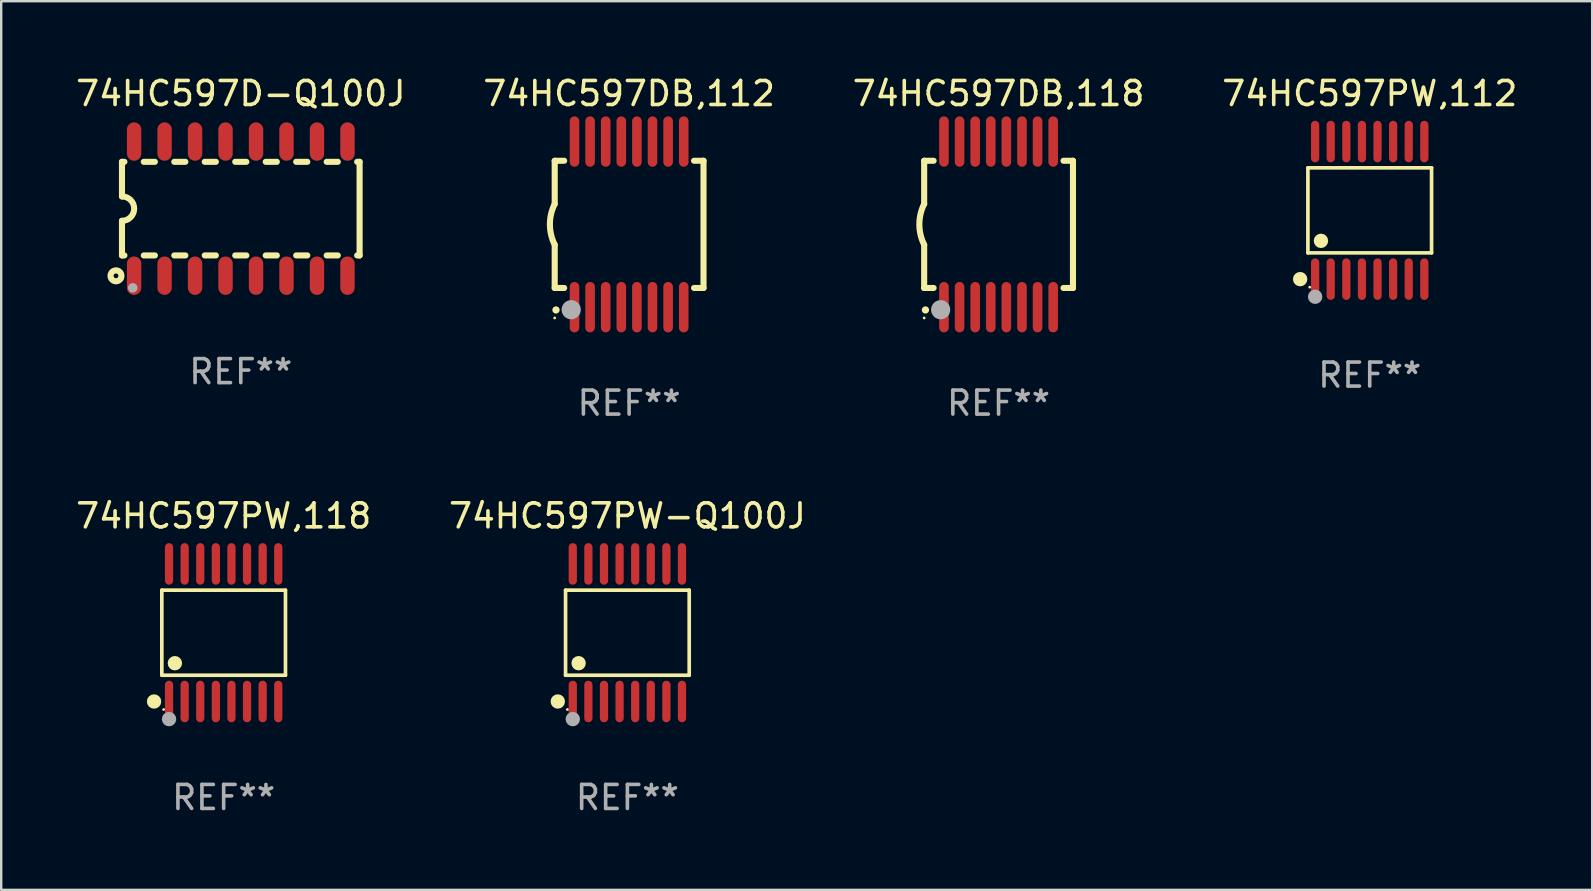
<source format=kicad_pcb>
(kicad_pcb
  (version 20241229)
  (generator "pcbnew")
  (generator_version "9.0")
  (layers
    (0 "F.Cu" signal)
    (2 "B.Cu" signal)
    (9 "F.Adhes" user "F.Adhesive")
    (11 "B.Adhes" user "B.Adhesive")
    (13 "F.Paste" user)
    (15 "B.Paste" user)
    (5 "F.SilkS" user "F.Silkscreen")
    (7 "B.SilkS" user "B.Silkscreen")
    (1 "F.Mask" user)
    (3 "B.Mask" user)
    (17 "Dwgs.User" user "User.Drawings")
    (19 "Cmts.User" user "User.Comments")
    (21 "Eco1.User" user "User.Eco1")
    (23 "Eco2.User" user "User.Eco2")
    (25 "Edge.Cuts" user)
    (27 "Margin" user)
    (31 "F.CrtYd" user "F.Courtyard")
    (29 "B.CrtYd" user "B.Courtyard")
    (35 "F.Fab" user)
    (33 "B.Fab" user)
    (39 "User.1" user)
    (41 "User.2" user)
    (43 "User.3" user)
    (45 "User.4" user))
  (footprint "74HC597PW,112"
    (layer "F.Cu")
    (at 54.018 5.714)
    (property "Reference" "74HC597PW,112" (at 0 -4.866 0) (layer "F.SilkS") (effects (font (size 1 1) (thickness 0.15))))
    (attr through_hole)
    (fp_line (start -2.576 -1.772) (end 2.576 -1.772) (stroke (width 0.152) (type solid)) (layer "F.SilkS"))
    (fp_line (start -2.576 1.771) (end -2.576 -1.772) (stroke (width 0.152) (type solid)) (layer "F.SilkS"))
    (fp_line (start 2.576 -1.772) (end 2.576 1.771) (stroke (width 0.152) (type solid)) (layer "F.SilkS"))
    (fp_line (start 2.576 1.771) (end -2.576 1.771) (stroke (width 0.152) (type solid)) (layer "F.SilkS"))
    (fp_circle (center -2.899 2.866) (end -2.749 2.866) (stroke (width 0.3) (type solid)) (fill no) (layer "F.SilkS"))
    (fp_circle (center -2.5 3.2) (end -2.47 3.2) (stroke (width 0.06) (type solid)) (fill no) (layer "F.SilkS"))
    (fp_circle (center -2.032 1.27) (end -1.882 1.27) (stroke (width 0.3) (type solid)) (fill no) (layer "F.SilkS"))
    (fp_circle (center -2.275 3.6) (end -2.125 3.6) (stroke (width 0.3) (type solid)) (fill no) (layer "F.Fab"))
    (fp_text user "REF**" (at 0 6.866 0) (layer "F.Fab") (effects (font (size 1 1) (thickness 0.15))))
    (pad "1" smd oval (at -2.275 2.866) (size 0.343 1.731) (layers "F.Cu" "F.Mask" "F.Paste"))
    (pad "2" smd oval (at -1.625 2.866) (size 0.343 1.731) (layers "F.Cu" "F.Mask" "F.Paste"))
    (pad "3" smd oval (at -0.975 2.866) (size 0.343 1.731) (layers "F.Cu" "F.Mask" "F.Paste"))
    (pad "4" smd oval (at -0.325 2.866) (size 0.343 1.731) (layers "F.Cu" "F.Mask" "F.Paste"))
    (pad "5" smd oval (at 0.325 2.866) (size 0.343 1.731) (layers "F.Cu" "F.Mask" "F.Paste"))
    (pad "6" smd oval (at 0.975 2.866) (size 0.343 1.731) (layers "F.Cu" "F.Mask" "F.Paste"))
    (pad "7" smd oval (at 1.625 2.866) (size 0.343 1.731) (layers "F.Cu" "F.Mask" "F.Paste"))
    (pad "8" smd oval (at 2.275 2.866) (size 0.343 1.731) (layers "F.Cu" "F.Mask" "F.Paste"))
    (pad "9" smd oval (at 2.275 -2.866) (size 0.343 1.731) (layers "F.Cu" "F.Mask" "F.Paste"))
    (pad "10" smd oval (at 1.625 -2.866) (size 0.343 1.731) (layers "F.Cu" "F.Mask" "F.Paste"))
    (pad "11" smd oval (at 0.975 -2.866) (size 0.343 1.731) (layers "F.Cu" "F.Mask" "F.Paste"))
    (pad "12" smd oval (at 0.325 -2.866) (size 0.343 1.731) (layers "F.Cu" "F.Mask" "F.Paste"))
    (pad "13" smd oval (at -0.325 -2.866) (size 0.343 1.731) (layers "F.Cu" "F.Mask" "F.Paste"))
    (pad "14" smd oval (at -0.975 -2.866) (size 0.343 1.731) (layers "F.Cu" "F.Mask" "F.Paste"))
    (pad "15" smd oval (at -1.625 -2.866) (size 0.343 1.731) (layers "F.Cu" "F.Mask" "F.Paste"))
    (pad "16" smd oval (at -2.275 -2.866) (size 0.343 1.731) (layers "F.Cu" "F.Mask" "F.Paste")))
  (footprint "74HC597PW-Q100J"
    (layer "F.Cu")
    (at 23.089 23.311)
    (property "Reference" "74HC597PW-Q100J" (at 0 -4.866 0) (layer "F.SilkS") (effects (font (size 1 1) (thickness 0.15))))
    (attr through_hole)
    (fp_line (start -2.576 -1.772) (end 2.576 -1.772) (stroke (width 0.152) (type solid)) (layer "F.SilkS"))
    (fp_line (start -2.576 1.771) (end -2.576 -1.772) (stroke (width 0.152) (type solid)) (layer "F.SilkS"))
    (fp_line (start 2.576 -1.772) (end 2.576 1.771) (stroke (width 0.152) (type solid)) (layer "F.SilkS"))
    (fp_line (start 2.576 1.771) (end -2.576 1.771) (stroke (width 0.152) (type solid)) (layer "F.SilkS"))
    (fp_circle (center -2.899 2.866) (end -2.749 2.866) (stroke (width 0.3) (type solid)) (fill no) (layer "F.SilkS"))
    (fp_circle (center -2.5 3.2) (end -2.47 3.2) (stroke (width 0.06) (type solid)) (fill no) (layer "F.SilkS"))
    (fp_circle (center -2.032 1.27) (end -1.882 1.27) (stroke (width 0.3) (type solid)) (fill no) (layer "F.SilkS"))
    (fp_circle (center -2.275 3.6) (end -2.125 3.6) (stroke (width 0.3) (type solid)) (fill no) (layer "F.Fab"))
    (fp_text user "REF**" (at 0 6.866 0) (layer "F.Fab") (effects (font (size 1 1) (thickness 0.15))))
    (pad "1" smd oval (at -2.275 2.866) (size 0.343 1.731) (layers "F.Cu" "F.Mask" "F.Paste"))
    (pad "2" smd oval (at -1.625 2.866) (size 0.343 1.731) (layers "F.Cu" "F.Mask" "F.Paste"))
    (pad "3" smd oval (at -0.975 2.866) (size 0.343 1.731) (layers "F.Cu" "F.Mask" "F.Paste"))
    (pad "4" smd oval (at -0.325 2.866) (size 0.343 1.731) (layers "F.Cu" "F.Mask" "F.Paste"))
    (pad "5" smd oval (at 0.325 2.866) (size 0.343 1.731) (layers "F.Cu" "F.Mask" "F.Paste"))
    (pad "6" smd oval (at 0.975 2.866) (size 0.343 1.731) (layers "F.Cu" "F.Mask" "F.Paste"))
    (pad "7" smd oval (at 1.625 2.866) (size 0.343 1.731) (layers "F.Cu" "F.Mask" "F.Paste"))
    (pad "8" smd oval (at 2.275 2.866) (size 0.343 1.731) (layers "F.Cu" "F.Mask" "F.Paste"))
    (pad "9" smd oval (at 2.275 -2.866) (size 0.343 1.731) (layers "F.Cu" "F.Mask" "F.Paste"))
    (pad "10" smd oval (at 1.625 -2.866) (size 0.343 1.731) (layers "F.Cu" "F.Mask" "F.Paste"))
    (pad "11" smd oval (at 0.975 -2.866) (size 0.343 1.731) (layers "F.Cu" "F.Mask" "F.Paste"))
    (pad "12" smd oval (at 0.325 -2.866) (size 0.343 1.731) (layers "F.Cu" "F.Mask" "F.Paste"))
    (pad "13" smd oval (at -0.325 -2.866) (size 0.343 1.731) (layers "F.Cu" "F.Mask" "F.Paste"))
    (pad "14" smd oval (at -0.975 -2.866) (size 0.343 1.731) (layers "F.Cu" "F.Mask" "F.Paste"))
    (pad "15" smd oval (at -1.625 -2.866) (size 0.343 1.731) (layers "F.Cu" "F.Mask" "F.Paste"))
    (pad "16" smd oval (at -2.275 -2.866) (size 0.343 1.731) (layers "F.Cu" "F.Mask" "F.Paste")))
  (footprint "74HC597DB,118"
    (layer "F.Cu")
    (at 38.554 6.298)
    (property "Reference" "74HC597DB,118" (at 0 -5.45 0) (layer "F.SilkS") (effects (font (size 1 1) (thickness 0.15))))
    (attr through_hole)
    (fp_line (start -3.1 -2.65) (end -3.1 -0.85) (stroke (width 0.254) (type solid)) (layer "F.SilkS"))
    (fp_line (start -3.1 -2.65) (end -2.706 -2.65) (stroke (width 0.254) (type solid)) (layer "F.SilkS"))
    (fp_line (start -3.1 2.65) (end -3.1 0.85) (stroke (width 0.254) (type solid)) (layer "F.SilkS"))
    (fp_line (start -3.1 2.65) (end -2.706 2.65) (stroke (width 0.254) (type solid)) (layer "F.SilkS"))
    (fp_line (start 2.706 -2.65) (end 3.1 -2.65) (stroke (width 0.254) (type solid)) (layer "F.SilkS"))
    (fp_line (start 2.706 2.65) (end 3.1 2.65) (stroke (width 0.254) (type solid)) (layer "F.SilkS"))
    (fp_line (start 3.1 -2.65) (end 3.1 2.65) (stroke (width 0.254) (type solid)) (layer "F.SilkS"))
    (fp_arc (start -3.098907 0.850902) (mid -3.300057 0.000523) (end -3.1 -0.850114) (stroke (width 0.254001) (type solid)) (layer "F.SilkS"))
    (fp_arc (start -3.048006 3.566066) (mid -3.046736 3.566061) (end -3.045466 3.566066) (stroke (width 0.3) (type solid)) (layer "F.SilkS"))
    (fp_circle (center -3.1 3.9) (end -3.07 3.9) (stroke (width 0.06) (type solid)) (fill no) (layer "F.SilkS"))
    (fp_circle (center -2.413 3.556) (end -2.213 3.556) (stroke (width 0.4) (type solid)) (fill no) (layer "F.Fab"))
    (fp_text user "REF**" (at 0 7.45 0) (layer "F.Fab") (effects (font (size 1 1) (thickness 0.15))))
    (pad "1" smd oval (at -2.275 3.45 180) (size 0.4 2.1) (layers "F.Cu" "F.Mask" "F.Paste"))
    (pad "2" smd oval (at -1.625 3.45 180) (size 0.4 2.1) (layers "F.Cu" "F.Mask" "F.Paste"))
    (pad "3" smd oval (at -0.975 3.45 180) (size 0.4 2.1) (layers "F.Cu" "F.Mask" "F.Paste"))
    (pad "4" smd oval (at -0.325 3.45 180) (size 0.4 2.1) (layers "F.Cu" "F.Mask" "F.Paste"))
    (pad "5" smd oval (at 0.325 3.45 180) (size 0.4 2.1) (layers "F.Cu" "F.Mask" "F.Paste"))
    (pad "6" smd oval (at 0.975 3.45 180) (size 0.4 2.1) (layers "F.Cu" "F.Mask" "F.Paste"))
    (pad "7" smd oval (at 1.625 3.45 180) (size 0.4 2.1) (layers "F.Cu" "F.Mask" "F.Paste"))
    (pad "8" smd oval (at 2.275 3.45 180) (size 0.4 2.1) (layers "F.Cu" "F.Mask" "F.Paste"))
    (pad "9" smd oval (at 2.275 -3.45 180) (size 0.4 2.1) (layers "F.Cu" "F.Mask" "F.Paste"))
    (pad "10" smd oval (at 1.625 -3.45 180) (size 0.4 2.1) (layers "F.Cu" "F.Mask" "F.Paste"))
    (pad "11" smd oval (at 0.975 -3.45 180) (size 0.4 2.1) (layers "F.Cu" "F.Mask" "F.Paste"))
    (pad "12" smd oval (at 0.325 -3.45 180) (size 0.4 2.1) (layers "F.Cu" "F.Mask" "F.Paste"))
    (pad "13" smd oval (at -0.325 -3.45 180) (size 0.4 2.1) (layers "F.Cu" "F.Mask" "F.Paste"))
    (pad "14" smd oval (at -0.975 -3.45 180) (size 0.4 2.1) (layers "F.Cu" "F.Mask" "F.Paste"))
    (pad "15" smd oval (at -1.625 -3.45 180) (size 0.4 2.1) (layers "F.Cu" "F.Mask" "F.Paste"))
    (pad "16" smd oval (at -2.275 -3.45 180) (size 0.4 2.1) (layers "F.Cu" "F.Mask" "F.Paste")))
  (footprint "74HC597PW,118"
    (layer "F.Cu")
    (at 6.268 23.311)
    (property "Reference" "74HC597PW,118" (at 0 -4.866 0) (layer "F.SilkS") (effects (font (size 1 1) (thickness 0.15))))
    (attr through_hole)
    (fp_line (start -2.576 -1.772) (end 2.576 -1.772) (stroke (width 0.152) (type solid)) (layer "F.SilkS"))
    (fp_line (start -2.576 1.771) (end -2.576 -1.772) (stroke (width 0.152) (type solid)) (layer "F.SilkS"))
    (fp_line (start 2.576 -1.772) (end 2.576 1.771) (stroke (width 0.152) (type solid)) (layer "F.SilkS"))
    (fp_line (start 2.576 1.771) (end -2.576 1.771) (stroke (width 0.152) (type solid)) (layer "F.SilkS"))
    (fp_circle (center -2.899 2.866) (end -2.749 2.866) (stroke (width 0.3) (type solid)) (fill no) (layer "F.SilkS"))
    (fp_circle (center -2.5 3.2) (end -2.47 3.2) (stroke (width 0.06) (type solid)) (fill no) (layer "F.SilkS"))
    (fp_circle (center -2.032 1.27) (end -1.882 1.27) (stroke (width 0.3) (type solid)) (fill no) (layer "F.SilkS"))
    (fp_circle (center -2.275 3.6) (end -2.125 3.6) (stroke (width 0.3) (type solid)) (fill no) (layer "F.Fab"))
    (fp_text user "REF**" (at 0 6.866 0) (layer "F.Fab") (effects (font (size 1 1) (thickness 0.15))))
    (pad "1" smd oval (at -2.275 2.866) (size 0.343 1.731) (layers "F.Cu" "F.Mask" "F.Paste"))
    (pad "2" smd oval (at -1.625 2.866) (size 0.343 1.731) (layers "F.Cu" "F.Mask" "F.Paste"))
    (pad "3" smd oval (at -0.975 2.866) (size 0.343 1.731) (layers "F.Cu" "F.Mask" "F.Paste"))
    (pad "4" smd oval (at -0.325 2.866) (size 0.343 1.731) (layers "F.Cu" "F.Mask" "F.Paste"))
    (pad "5" smd oval (at 0.325 2.866) (size 0.343 1.731) (layers "F.Cu" "F.Mask" "F.Paste"))
    (pad "6" smd oval (at 0.975 2.866) (size 0.343 1.731) (layers "F.Cu" "F.Mask" "F.Paste"))
    (pad "7" smd oval (at 1.625 2.866) (size 0.343 1.731) (layers "F.Cu" "F.Mask" "F.Paste"))
    (pad "8" smd oval (at 2.275 2.866) (size 0.343 1.731) (layers "F.Cu" "F.Mask" "F.Paste"))
    (pad "9" smd oval (at 2.275 -2.866) (size 0.343 1.731) (layers "F.Cu" "F.Mask" "F.Paste"))
    (pad "10" smd oval (at 1.625 -2.866) (size 0.343 1.731) (layers "F.Cu" "F.Mask" "F.Paste"))
    (pad "11" smd oval (at 0.975 -2.866) (size 0.343 1.731) (layers "F.Cu" "F.Mask" "F.Paste"))
    (pad "12" smd oval (at 0.325 -2.866) (size 0.343 1.731) (layers "F.Cu" "F.Mask" "F.Paste"))
    (pad "13" smd oval (at -0.325 -2.866) (size 0.343 1.731) (layers "F.Cu" "F.Mask" "F.Paste"))
    (pad "14" smd oval (at -0.975 -2.866) (size 0.343 1.731) (layers "F.Cu" "F.Mask" "F.Paste"))
    (pad "15" smd oval (at -1.625 -2.866) (size 0.343 1.731) (layers "F.Cu" "F.Mask" "F.Paste"))
    (pad "16" smd oval (at -2.275 -2.866) (size 0.343 1.731) (layers "F.Cu" "F.Mask" "F.Paste")))
  (footprint "74HC597D-Q100J"
    (layer "F.Cu")
    (at 6.982 5.642)
    (property "Reference" "74HC597D-Q100J" (at 0 -4.794 0) (layer "F.SilkS") (effects (font (size 1 1) (thickness 0.15))))
    (attr through_hole)
    (fp_line (start -4.95 -1.95) (end -4.95 -0.508) (stroke (width 0.254) (type solid)) (layer "F.SilkS"))
    (fp_line (start -4.95 -1.95) (end -4.849 -1.95) (stroke (width 0.254) (type solid)) (layer "F.SilkS"))
    (fp_line (start -4.95 1.95) (end -4.95 0.508) (stroke (width 0.254) (type solid)) (layer "F.SilkS"))
    (fp_line (start -4.95 1.95) (end -4.849 1.95) (stroke (width 0.254) (type solid)) (layer "F.SilkS"))
    (fp_line (start -4.041 -1.95) (end -3.579 -1.95) (stroke (width 0.254) (type solid)) (layer "F.SilkS"))
    (fp_line (start -4.041 1.95) (end -3.579 1.95) (stroke (width 0.254) (type solid)) (layer "F.SilkS"))
    (fp_line (start -2.771 -1.95) (end -2.309 -1.95) (stroke (width 0.254) (type solid)) (layer "F.SilkS"))
    (fp_line (start -2.771 1.95) (end -2.309 1.95) (stroke (width 0.254) (type solid)) (layer "F.SilkS"))
    (fp_line (start -1.501 -1.95) (end -1.039 -1.95) (stroke (width 0.254) (type solid)) (layer "F.SilkS"))
    (fp_line (start -1.501 1.95) (end -1.039 1.95) (stroke (width 0.254) (type solid)) (layer "F.SilkS"))
    (fp_line (start -0.231 -1.95) (end 0.231 -1.95) (stroke (width 0.254) (type solid)) (layer "F.SilkS"))
    (fp_line (start -0.231 1.95) (end 0.231 1.95) (stroke (width 0.254) (type solid)) (layer "F.SilkS"))
    (fp_line (start 1.039 -1.95) (end 1.501 -1.95) (stroke (width 0.254) (type solid)) (layer "F.SilkS"))
    (fp_line (start 1.039 1.95) (end 1.501 1.95) (stroke (width 0.254) (type solid)) (layer "F.SilkS"))
    (fp_line (start 2.309 -1.95) (end 2.771 -1.95) (stroke (width 0.254) (type solid)) (layer "F.SilkS"))
    (fp_line (start 2.309 1.95) (end 2.771 1.95) (stroke (width 0.254) (type solid)) (layer "F.SilkS"))
    (fp_line (start 3.579 -1.95) (end 4.041 -1.95) (stroke (width 0.254) (type solid)) (layer "F.SilkS"))
    (fp_line (start 3.579 1.95) (end 4.041 1.95) (stroke (width 0.254) (type solid)) (layer "F.SilkS"))
    (fp_line (start 4.849 -1.95) (end 4.95 -1.95) (stroke (width 0.254) (type solid)) (layer "F.SilkS"))
    (fp_line (start 4.849 1.95) (end 4.95 1.95) (stroke (width 0.254) (type solid)) (layer "F.SilkS"))
    (fp_line (start 4.95 -1.95) (end 4.95 1.95) (stroke (width 0.254) (type solid)) (layer "F.SilkS"))
    (fp_arc (start -4.95047 -0.508001) (mid -4.442469 -0.000228) (end -4.950013 0.508001) (stroke (width 0.254001) (type solid)) (layer "F.SilkS"))
    (fp_circle (center -5.2 2.8) (end -5.1 2.8) (stroke (width 0.254) (type solid)) (fill no) (layer "F.SilkS"))
    (fp_circle (center -4.95 2.947) (end -4.92 2.947) (stroke (width 0.06) (type solid)) (fill no) (layer "F.SilkS"))
    (fp_circle (center -4.5 3.3) (end -4.4 3.3) (stroke (width 0.2) (type solid)) (fill no) (layer "F.Fab"))
    (fp_text user "REF**" (at 0 6.794 0) (layer "F.Fab") (effects (font (size 1 1) (thickness 0.15))))
    (pad "1" smd oval (at -4.445 2.794) (size 0.6 1.6) (layers "F.Cu" "F.Mask" "F.Paste"))
    (pad "2" smd oval (at -3.175 2.794) (size 0.6 1.6) (layers "F.Cu" "F.Mask" "F.Paste"))
    (pad "3" smd oval (at -1.905 2.794) (size 0.6 1.6) (layers "F.Cu" "F.Mask" "F.Paste"))
    (pad "4" smd oval (at -0.635 2.794) (size 0.6 1.6) (layers "F.Cu" "F.Mask" "F.Paste"))
    (pad "5" smd oval (at 0.635 2.794) (size 0.6 1.6) (layers "F.Cu" "F.Mask" "F.Paste"))
    (pad "6" smd oval (at 1.905 2.794) (size 0.6 1.6) (layers "F.Cu" "F.Mask" "F.Paste"))
    (pad "7" smd oval (at 3.175 2.794) (size 0.6 1.6) (layers "F.Cu" "F.Mask" "F.Paste"))
    (pad "8" smd oval (at 4.445 2.794) (size 0.6 1.6) (layers "F.Cu" "F.Mask" "F.Paste"))
    (pad "9" smd oval (at 4.445 -2.794) (size 0.6 1.6) (layers "F.Cu" "F.Mask" "F.Paste"))
    (pad "10" smd oval (at 3.175 -2.794) (size 0.6 1.6) (layers "F.Cu" "F.Mask" "F.Paste"))
    (pad "11" smd oval (at 1.905 -2.794) (size 0.6 1.6) (layers "F.Cu" "F.Mask" "F.Paste"))
    (pad "12" smd oval (at 0.635 -2.794) (size 0.6 1.6) (layers "F.Cu" "F.Mask" "F.Paste"))
    (pad "13" smd oval (at -0.635 -2.794) (size 0.6 1.6) (layers "F.Cu" "F.Mask" "F.Paste"))
    (pad "14" smd oval (at -1.905 -2.794) (size 0.6 1.6) (layers "F.Cu" "F.Mask" "F.Paste"))
    (pad "15" smd oval (at -3.175 -2.794) (size 0.6 1.6) (layers "F.Cu" "F.Mask" "F.Paste"))
    (pad "16" smd oval (at -4.445 -2.794) (size 0.6 1.6) (layers "F.Cu" "F.Mask" "F.Paste")))
  (footprint "74HC597DB,112"
    (layer "F.Cu")
    (at 23.161 6.298)
    (property "Reference" "74HC597DB,112" (at 0 -5.45 0) (layer "F.SilkS") (effects (font (size 1 1) (thickness 0.15))))
    (attr through_hole)
    (fp_line (start -3.1 -2.65) (end -3.1 -0.85) (stroke (width 0.254) (type solid)) (layer "F.SilkS"))
    (fp_line (start -3.1 -2.65) (end -2.706 -2.65) (stroke (width 0.254) (type solid)) (layer "F.SilkS"))
    (fp_line (start -3.1 2.65) (end -3.1 0.85) (stroke (width 0.254) (type solid)) (layer "F.SilkS"))
    (fp_line (start -3.1 2.65) (end -2.706 2.65) (stroke (width 0.254) (type solid)) (layer "F.SilkS"))
    (fp_line (start 2.706 -2.65) (end 3.1 -2.65) (stroke (width 0.254) (type solid)) (layer "F.SilkS"))
    (fp_line (start 2.706 2.65) (end 3.1 2.65) (stroke (width 0.254) (type solid)) (layer "F.SilkS"))
    (fp_line (start 3.1 -2.65) (end 3.1 2.65) (stroke (width 0.254) (type solid)) (layer "F.SilkS"))
    (fp_arc (start -3.098907 0.850902) (mid -3.300057 0.000523) (end -3.1 -0.850114) (stroke (width 0.254001) (type solid)) (layer "F.SilkS"))
    (fp_arc (start -3.048006 3.566066) (mid -3.046736 3.566061) (end -3.045466 3.566066) (stroke (width 0.3) (type solid)) (layer "F.SilkS"))
    (fp_circle (center -3.1 3.9) (end -3.07 3.9) (stroke (width 0.06) (type solid)) (fill no) (layer "F.SilkS"))
    (fp_circle (center -2.413 3.556) (end -2.213 3.556) (stroke (width 0.4) (type solid)) (fill no) (layer "F.Fab"))
    (fp_text user "REF**" (at 0 7.45 0) (layer "F.Fab") (effects (font (size 1 1) (thickness 0.15))))
    (pad "1" smd oval (at -2.275 3.45 180) (size 0.4 2.1) (layers "F.Cu" "F.Mask" "F.Paste"))
    (pad "2" smd oval (at -1.625 3.45 180) (size 0.4 2.1) (layers "F.Cu" "F.Mask" "F.Paste"))
    (pad "3" smd oval (at -0.975 3.45 180) (size 0.4 2.1) (layers "F.Cu" "F.Mask" "F.Paste"))
    (pad "4" smd oval (at -0.325 3.45 180) (size 0.4 2.1) (layers "F.Cu" "F.Mask" "F.Paste"))
    (pad "5" smd oval (at 0.325 3.45 180) (size 0.4 2.1) (layers "F.Cu" "F.Mask" "F.Paste"))
    (pad "6" smd oval (at 0.975 3.45 180) (size 0.4 2.1) (layers "F.Cu" "F.Mask" "F.Paste"))
    (pad "7" smd oval (at 1.625 3.45 180) (size 0.4 2.1) (layers "F.Cu" "F.Mask" "F.Paste"))
    (pad "8" smd oval (at 2.275 3.45 180) (size 0.4 2.1) (layers "F.Cu" "F.Mask" "F.Paste"))
    (pad "9" smd oval (at 2.275 -3.45 180) (size 0.4 2.1) (layers "F.Cu" "F.Mask" "F.Paste"))
    (pad "10" smd oval (at 1.625 -3.45 180) (size 0.4 2.1) (layers "F.Cu" "F.Mask" "F.Paste"))
    (pad "11" smd oval (at 0.975 -3.45 180) (size 0.4 2.1) (layers "F.Cu" "F.Mask" "F.Paste"))
    (pad "12" smd oval (at 0.325 -3.45 180) (size 0.4 2.1) (layers "F.Cu" "F.Mask" "F.Paste"))
    (pad "13" smd oval (at -0.325 -3.45 180) (size 0.4 2.1) (layers "F.Cu" "F.Mask" "F.Paste"))
    (pad "14" smd oval (at -0.975 -3.45 180) (size 0.4 2.1) (layers "F.Cu" "F.Mask" "F.Paste"))
    (pad "15" smd oval (at -1.625 -3.45 180) (size 0.4 2.1) (layers "F.Cu" "F.Mask" "F.Paste"))
    (pad "16" smd oval (at -2.275 -3.45 180) (size 0.4 2.1) (layers "F.Cu" "F.Mask" "F.Paste")))
  (gr_rect
    (start -3 -3)
    (end 63.286 34.025)
    (stroke (width 0.1) (type default))
    (fill no)
    (layer "Edge.Cuts")))
</source>
